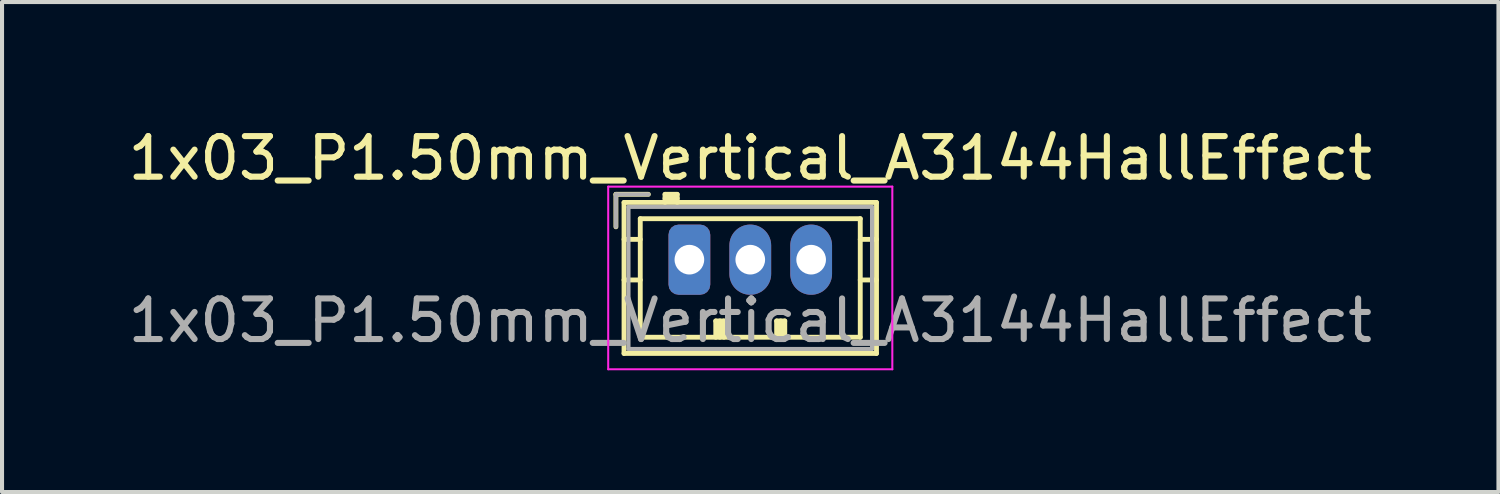
<source format=kicad_pcb>
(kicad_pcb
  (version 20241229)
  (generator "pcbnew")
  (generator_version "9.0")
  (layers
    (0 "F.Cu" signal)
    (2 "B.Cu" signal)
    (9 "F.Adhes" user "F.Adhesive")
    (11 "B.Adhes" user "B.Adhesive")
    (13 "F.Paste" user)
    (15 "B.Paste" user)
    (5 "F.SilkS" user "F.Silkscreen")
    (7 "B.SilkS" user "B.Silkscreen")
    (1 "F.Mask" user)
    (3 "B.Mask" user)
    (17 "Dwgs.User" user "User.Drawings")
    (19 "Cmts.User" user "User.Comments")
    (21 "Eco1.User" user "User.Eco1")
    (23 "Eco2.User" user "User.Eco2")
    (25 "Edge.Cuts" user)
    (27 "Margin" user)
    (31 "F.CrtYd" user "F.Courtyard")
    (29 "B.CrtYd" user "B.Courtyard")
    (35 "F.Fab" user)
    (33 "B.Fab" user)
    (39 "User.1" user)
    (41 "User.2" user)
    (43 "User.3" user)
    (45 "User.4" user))
  (footprint "1x03_P1.50mm_Vertical_A3144HallEffect"
    (layer "F.Cu")
    (at 13.935 3.348)
    (property "Reference" "1x03_P1.50mm_Vertical_A3144HallEffect" (at 1.5 -2.5 0) (layer "F.SilkS") (effects (font (size 1 1) (thickness 0.15))))
    (attr through_hole)
    (fp_line (start -1.81 -1.61) (end -1.81 -0.81) (stroke (width 0.12) (type solid)) (layer "F.SilkS"))
    (fp_line (start -1.61 -1.41) (end -1.61 2.31) (stroke (width 0.12) (type solid)) (layer "F.SilkS"))
    (fp_line (start -1.61 -0.5) (end -1.21 -0.5) (stroke (width 0.12) (type solid)) (layer "F.SilkS"))
    (fp_line (start -1.61 0.5) (end -1.21 0.5) (stroke (width 0.12) (type solid)) (layer "F.SilkS"))
    (fp_line (start -1.61 2.31) (end 4.61 2.31) (stroke (width 0.12) (type solid)) (layer "F.SilkS"))
    (fp_line (start -1.21 -1.01) (end -1.21 1.91) (stroke (width 0.12) (type solid)) (layer "F.SilkS"))
    (fp_line (start -1.21 1.91) (end 4.21 1.91) (stroke (width 0.12) (type solid)) (layer "F.SilkS"))
    (fp_line (start -1.01 -1.61) (end -1.81 -1.61) (stroke (width 0.12) (type solid)) (layer "F.SilkS"))
    (fp_line (start -0.6 -1.61) (end -0.6 -1.41) (stroke (width 0.12) (type solid)) (layer "F.SilkS"))
    (fp_line (start -0.3 -1.61) (end -0.6 -1.61) (stroke (width 0.12) (type solid)) (layer "F.SilkS"))
    (fp_line (start -0.3 -1.51) (end -0.6 -1.51) (stroke (width 0.12) (type solid)) (layer "F.SilkS"))
    (fp_line (start -0.3 -1.41) (end -0.3 -1.61) (stroke (width 0.12) (type solid)) (layer "F.SilkS"))
    (fp_line (start 0.65 1.51) (end 0.85 1.51) (stroke (width 0.12) (type solid)) (layer "F.SilkS"))
    (fp_line (start 0.65 1.91) (end 0.65 1.51) (stroke (width 0.12) (type solid)) (layer "F.SilkS"))
    (fp_line (start 0.75 1.91) (end 0.75 1.51) (stroke (width 0.12) (type solid)) (layer "F.SilkS"))
    (fp_line (start 0.85 1.51) (end 0.85 1.91) (stroke (width 0.12) (type solid)) (layer "F.SilkS"))
    (fp_line (start 2.15 1.51) (end 2.35 1.51) (stroke (width 0.12) (type solid)) (layer "F.SilkS"))
    (fp_line (start 2.15 1.91) (end 2.15 1.51) (stroke (width 0.12) (type solid)) (layer "F.SilkS"))
    (fp_line (start 2.25 1.91) (end 2.25 1.51) (stroke (width 0.12) (type solid)) (layer "F.SilkS"))
    (fp_line (start 2.35 1.51) (end 2.35 1.91) (stroke (width 0.12) (type solid)) (layer "F.SilkS"))
    (fp_line (start 4.21 -1.01) (end -1.21 -1.01) (stroke (width 0.12) (type solid)) (layer "F.SilkS"))
    (fp_line (start 4.21 1.91) (end 4.21 -1.01) (stroke (width 0.12) (type solid)) (layer "F.SilkS"))
    (fp_line (start 4.61 -1.41) (end -1.61 -1.41) (stroke (width 0.12) (type solid)) (layer "F.SilkS"))
    (fp_line (start 4.61 -0.5) (end 4.21 -0.5) (stroke (width 0.12) (type solid)) (layer "F.SilkS"))
    (fp_line (start 4.61 0.5) (end 4.21 0.5) (stroke (width 0.12) (type solid)) (layer "F.SilkS"))
    (fp_line (start 4.61 2.31) (end 4.61 -1.41) (stroke (width 0.12) (type solid)) (layer "F.SilkS"))
    (fp_line (start -2 -1.8) (end -2 2.7) (stroke (width 0.05) (type solid)) (layer "F.CrtYd"))
    (fp_line (start -2 2.7) (end 5 2.7) (stroke (width 0.05) (type solid)) (layer "F.CrtYd"))
    (fp_line (start 5 -1.8) (end -2 -1.8) (stroke (width 0.05) (type solid)) (layer "F.CrtYd"))
    (fp_line (start 5 2.7) (end 5 -1.8) (stroke (width 0.05) (type solid)) (layer "F.CrtYd"))
    (fp_line (start -1.81 -1.61) (end -1.81 -0.81) (stroke (width 0.1) (type solid)) (layer "F.Fab"))
    (fp_line (start -1.5 -1.3) (end -1.5 2.2) (stroke (width 0.1) (type solid)) (layer "F.Fab"))
    (fp_line (start -1.5 2.2) (end 4.5 2.2) (stroke (width 0.1) (type solid)) (layer "F.Fab"))
    (fp_line (start -1.01 -1.61) (end -1.81 -1.61) (stroke (width 0.1) (type solid)) (layer "F.Fab"))
    (fp_line (start 4.5 -1.3) (end -1.5 -1.3) (stroke (width 0.1) (type solid)) (layer "F.Fab"))
    (fp_line (start 4.5 2.2) (end 4.5 -1.3) (stroke (width 0.1) (type solid)) (layer "F.Fab"))
    (fp_text user "${REFERENCE}" (at 1.5 1.5 0) (layer "F.Fab") (effects (font (size 1 1) (thickness 0.15))))
    (pad "1" thru_hole roundrect (at 0 0) (size 1.03 1.73) (drill 0.73) (layers "*.Cu" "*.Mask") (roundrect_rratio 0.243))
    (pad "2" thru_hole oval (at 3 0) (size 1.03 1.73) (drill 0.73) (layers "*.Cu" "*.Mask"))
    (pad "3" thru_hole oval (at 1.5 0) (size 1.03 1.73) (drill 0.73) (layers "*.Cu" "*.Mask")))
  (gr_rect
    (start -3 -3)
    (end 33.869 9.073)
    (stroke (width 0.1) (type default))
    (fill no)
    (layer "Edge.Cuts")))
</source>
